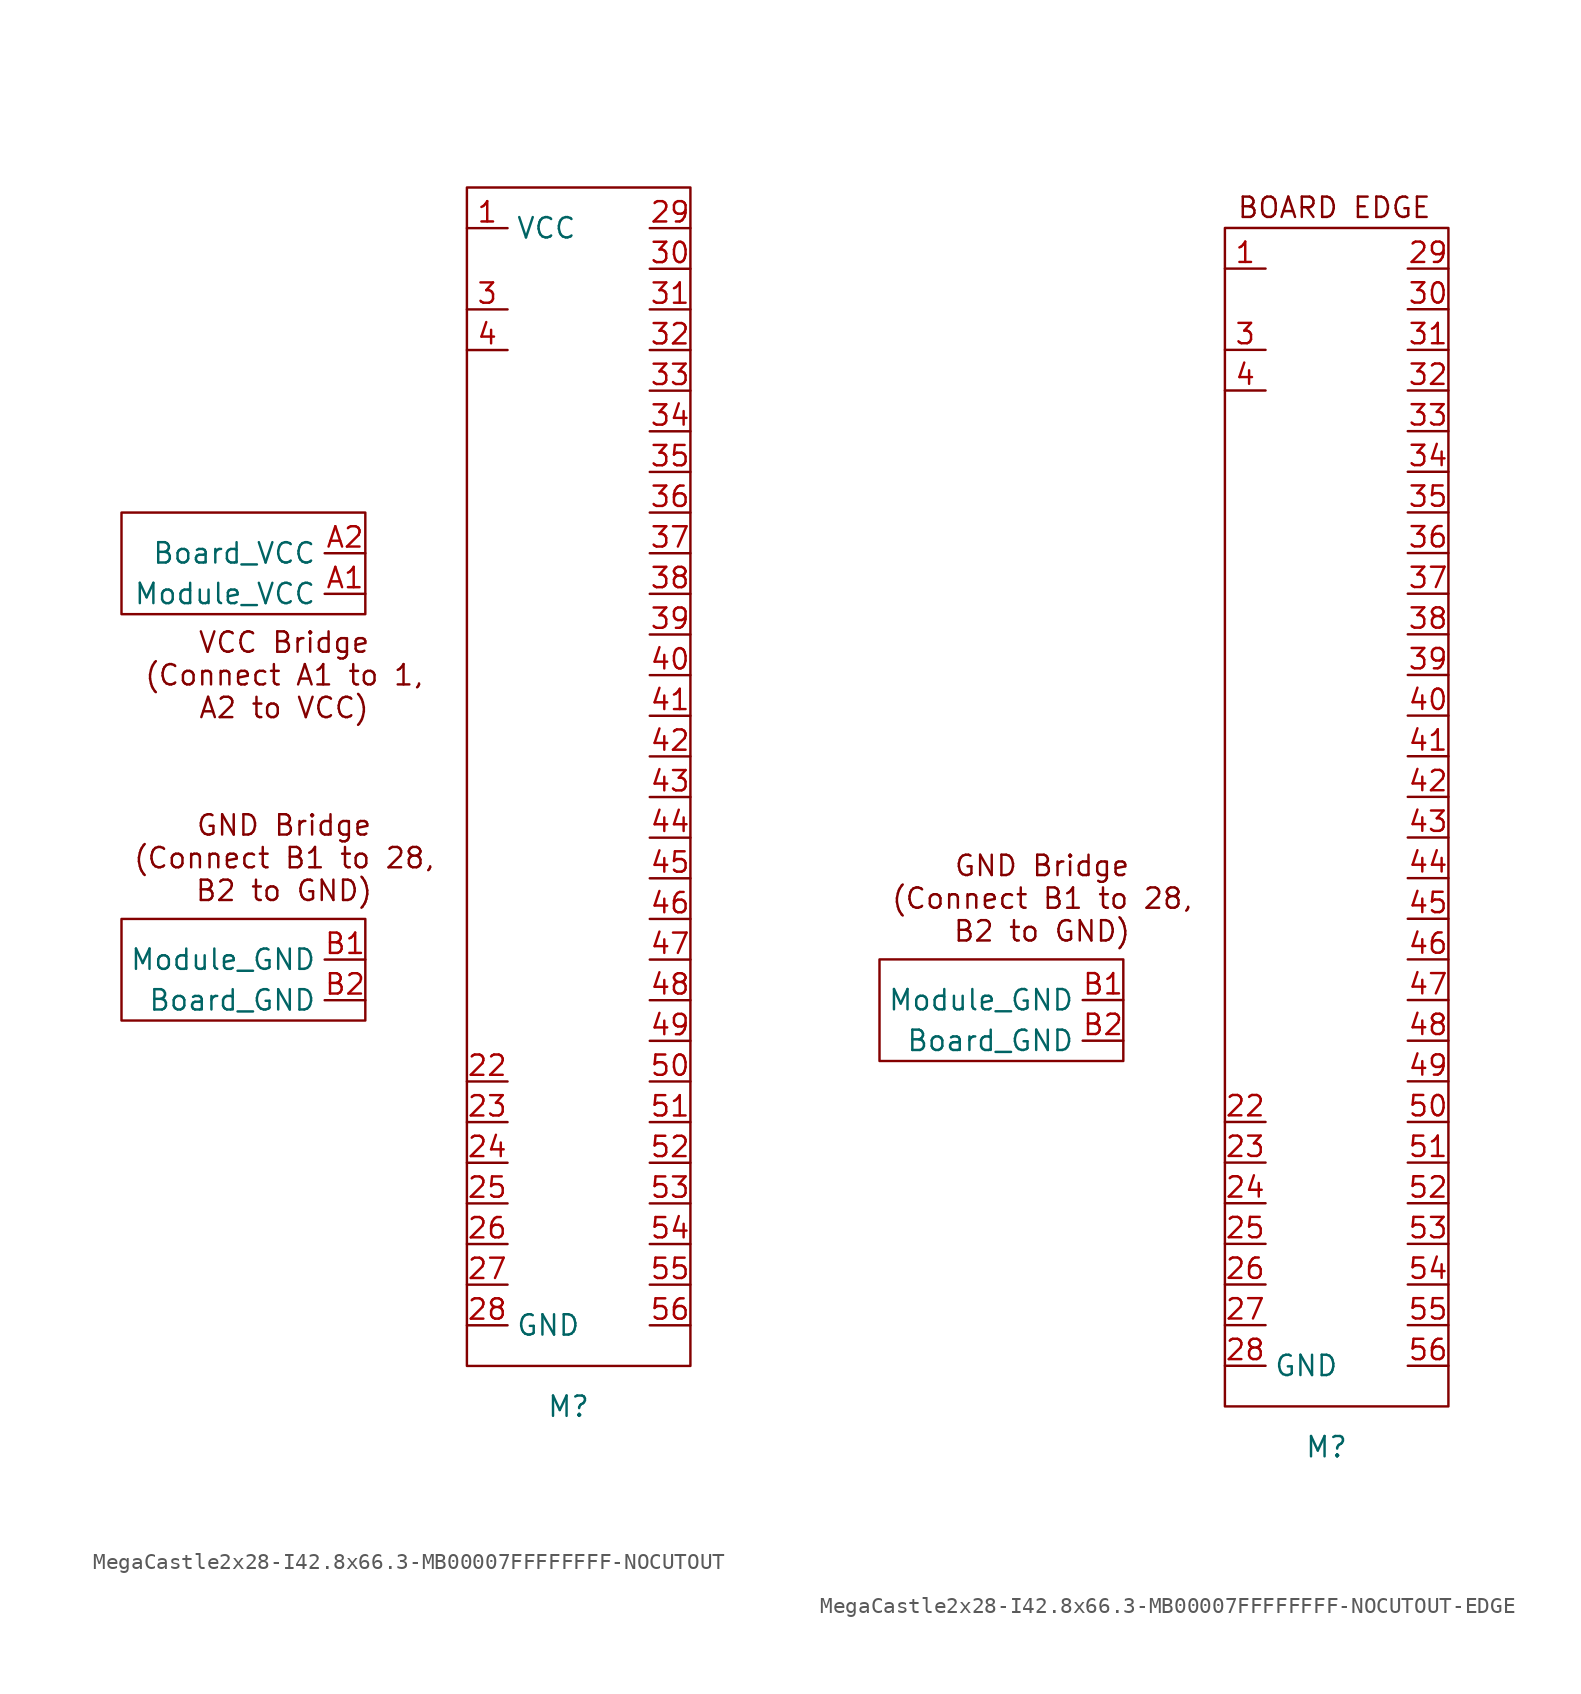
<source format=kicad_sym>
(kicad_symbol_lib
  (version 20241209)
  (generator "kicad_symbol_editor")
  (generator_version "9.0")
  (symbol "MegaCastle2x28-I42.8x66.3-MB00007FFFFFFFF-NOCUTOUT"
    (property "Reference" "M"
      (at 0 -39.37 0)
      (effects (font (size 1.27 1.27))))
    (property "Value" ""
      (at 0 5.08 0)
      (effects (font (size 1.27 1.27))))
    (symbol "MegaCastle2x28-I42.8x66.3-MB00007FFFFFFFF-NOCUTOUT_0_1"
      (rectangle (start -27.94 16.51) (end -12.7 10.16) (stroke (width 0) (type default)) (fill (type none)))
      (rectangle (start -27.94 -8.89) (end -12.7 -15.24) (stroke (width 0) (type default)) (fill (type none)))
      (rectangle (start -6.35 36.83) (end 7.62 -36.83) (stroke (width 0) (type default)) (fill (type none))))
    (symbol "MegaCastle2x28-I42.8x66.3-MB00007FFFFFFFF-NOCUTOUT_1_1"
      (text "VCC Bridge\n(Connect A1 to 1,\nA2 to VCC)" (at -17.78 6.35 0) (effects (font (size 1.27 1.27))))
      (text "GND Bridge\n(Connect B1 to 28,\nB2 to GND)" (at -17.78 -5.08 0) (effects (font (size 1.27 1.27))))
      (pin bidirectional line (at -12.7 13.97 180) (length 2.54) (name "Board_VCC" (effects (font (size 1.27 1.27)))) (number "A2" (effects (font (size 1.27 1.27)))))
      (pin bidirectional line (at -12.7 11.43 180) (length 2.54) (name "Module_VCC" (effects (font (size 1.27 1.27)))) (number "A1" (effects (font (size 1.27 1.27)))))
      (pin bidirectional line (at -12.7 -11.43 180) (length 2.54) (name "Module_GND" (effects (font (size 1.27 1.27)))) (number "B1" (effects (font (size 1.27 1.27)))))
      (pin bidirectional line (at -12.7 -13.97 180) (length 2.54) (name "Board_GND" (effects (font (size 1.27 1.27)))) (number "B2" (effects (font (size 1.27 1.27)))))
      (pin bidirectional line (at -6.35 34.29 0) (length 2.54) (name "VCC" (effects (font (size 1.27 1.27)))) (number "1" (effects (font (size 1.27 1.27)))))
      (pin bidirectional line (at -6.35 29.21 0) (length 2.54) (name "" (effects (font (size 1.27 1.27)))) (number "3" (effects (font (size 1.27 1.27)))))
      (pin bidirectional line (at -6.35 26.67 0) (length 2.54) (name "" (effects (font (size 1.27 1.27)))) (number "4" (effects (font (size 1.27 1.27)))))
      (pin bidirectional line (at -6.35 -19.05 0) (length 2.54) (name "" (effects (font (size 1.27 1.27)))) (number "22" (effects (font (size 1.27 1.27)))))
      (pin bidirectional line (at -6.35 -21.59 0) (length 2.54) (name "" (effects (font (size 1.27 1.27)))) (number "23" (effects (font (size 1.27 1.27)))))
      (pin bidirectional line (at -6.35 -24.13 0) (length 2.54) (name "" (effects (font (size 1.27 1.27)))) (number "24" (effects (font (size 1.27 1.27)))))
      (pin bidirectional line (at -6.35 -26.67 0) (length 2.54) (name "" (effects (font (size 1.27 1.27)))) (number "25" (effects (font (size 1.27 1.27)))))
      (pin bidirectional line (at -6.35 -29.21 0) (length 2.54) (name "" (effects (font (size 1.27 1.27)))) (number "26" (effects (font (size 1.27 1.27)))))
      (pin bidirectional line (at -6.35 -31.75 0) (length 2.54) (name "" (effects (font (size 1.27 1.27)))) (number "27" (effects (font (size 1.27 1.27)))))
      (pin bidirectional line (at -6.35 -34.29 0) (length 2.54) (name "GND" (effects (font (size 1.27 1.27)))) (number "28" (effects (font (size 1.27 1.27)))))
      (pin bidirectional line (at 7.62 34.29 180) (length 2.54) (name "" (effects (font (size 1.27 1.27)))) (number "29" (effects (font (size 1.27 1.27)))))
      (pin bidirectional line (at 7.62 31.75 180) (length 2.54) (name "" (effects (font (size 1.27 1.27)))) (number "30" (effects (font (size 1.27 1.27)))))
      (pin bidirectional line (at 7.62 29.21 180) (length 2.54) (name "" (effects (font (size 1.27 1.27)))) (number "31" (effects (font (size 1.27 1.27)))))
      (pin bidirectional line (at 7.62 26.67 180) (length 2.54) (name "" (effects (font (size 1.27 1.27)))) (number "32" (effects (font (size 1.27 1.27)))))
      (pin bidirectional line (at 7.62 24.13 180) (length 2.54) (name "" (effects (font (size 1.27 1.27)))) (number "33" (effects (font (size 1.27 1.27)))))
      (pin bidirectional line (at 7.62 21.59 180) (length 2.54) (name "" (effects (font (size 1.27 1.27)))) (number "34" (effects (font (size 1.27 1.27)))))
      (pin bidirectional line (at 7.62 19.05 180) (length 2.54) (name "" (effects (font (size 1.27 1.27)))) (number "35" (effects (font (size 1.27 1.27)))))
      (pin bidirectional line (at 7.62 16.51 180) (length 2.54) (name "" (effects (font (size 1.27 1.27)))) (number "36" (effects (font (size 1.27 1.27)))))
      (pin bidirectional line (at 7.62 13.97 180) (length 2.54) (name "" (effects (font (size 1.27 1.27)))) (number "37" (effects (font (size 1.27 1.27)))))
      (pin bidirectional line (at 7.62 11.43 180) (length 2.54) (name "" (effects (font (size 1.27 1.27)))) (number "38" (effects (font (size 1.27 1.27)))))
      (pin bidirectional line (at 7.62 8.89 180) (length 2.54) (name "" (effects (font (size 1.27 1.27)))) (number "39" (effects (font (size 1.27 1.27)))))
      (pin bidirectional line (at 7.62 6.35 180) (length 2.54) (name "" (effects (font (size 1.27 1.27)))) (number "40" (effects (font (size 1.27 1.27)))))
      (pin bidirectional line (at 7.62 3.81 180) (length 2.54) (name "" (effects (font (size 1.27 1.27)))) (number "41" (effects (font (size 1.27 1.27)))))
      (pin bidirectional line (at 7.62 1.27 180) (length 2.54) (name "" (effects (font (size 1.27 1.27)))) (number "42" (effects (font (size 1.27 1.27)))))
      (pin bidirectional line (at 7.62 -1.27 180) (length 2.54) (name "" (effects (font (size 1.27 1.27)))) (number "43" (effects (font (size 1.27 1.27)))))
      (pin bidirectional line (at 7.62 -3.81 180) (length 2.54) (name "" (effects (font (size 1.27 1.27)))) (number "44" (effects (font (size 1.27 1.27)))))
      (pin bidirectional line (at 7.62 -6.35 180) (length 2.54) (name "" (effects (font (size 1.27 1.27)))) (number "45" (effects (font (size 1.27 1.27)))))
      (pin bidirectional line (at 7.62 -8.89 180) (length 2.54) (name "" (effects (font (size 1.27 1.27)))) (number "46" (effects (font (size 1.27 1.27)))))
      (pin bidirectional line (at 7.62 -11.43 180) (length 2.54) (name "" (effects (font (size 1.27 1.27)))) (number "47" (effects (font (size 1.27 1.27)))))
      (pin bidirectional line (at 7.62 -13.97 180) (length 2.54) (name "" (effects (font (size 1.27 1.27)))) (number "48" (effects (font (size 1.27 1.27)))))
      (pin bidirectional line (at 7.62 -16.51 180) (length 2.54) (name "" (effects (font (size 1.27 1.27)))) (number "49" (effects (font (size 1.27 1.27)))))
      (pin bidirectional line (at 7.62 -19.05 180) (length 2.54) (name "" (effects (font (size 1.27 1.27)))) (number "50" (effects (font (size 1.27 1.27)))))
      (pin bidirectional line (at 7.62 -21.59 180) (length 2.54) (name "" (effects (font (size 1.27 1.27)))) (number "51" (effects (font (size 1.27 1.27)))))
      (pin bidirectional line (at 7.62 -24.13 180) (length 2.54) (name "" (effects (font (size 1.27 1.27)))) (number "52" (effects (font (size 1.27 1.27)))))
      (pin bidirectional line (at 7.62 -26.67 180) (length 2.54) (name "" (effects (font (size 1.27 1.27)))) (number "53" (effects (font (size 1.27 1.27)))))
      (pin bidirectional line (at 7.62 -29.21 180) (length 2.54) (name "" (effects (font (size 1.27 1.27)))) (number "54" (effects (font (size 1.27 1.27)))))
      (pin bidirectional line (at 7.62 -31.75 180) (length 2.54) (name "" (effects (font (size 1.27 1.27)))) (number "55" (effects (font (size 1.27 1.27)))))
      (pin bidirectional line (at 7.62 -34.29 180) (length 2.54) (name "" (effects (font (size 1.27 1.27)))) (number "56" (effects (font (size 1.27 1.27)))))))
  (symbol "MegaCastle2x28-I42.8x66.3-MB00007FFFFFFFF-NOCUTOUT-EDGE"
    (property "Reference" "M"
      (at 0 -39.37 0)
      (effects (font (size 1.27 1.27))))
    (property "Value" ""
      (at 0 5.08 0)
      (effects (font (size 1.27 1.27))))
    (symbol "MegaCastle2x28-I42.8x66.3-MB00007FFFFFFFF-NOCUTOUT-EDGE_0_1"
      (rectangle (start -27.94 -8.89) (end -12.7 -15.24) (stroke (width 0) (type default)) (fill (type none)))
      (rectangle (start -6.35 36.83) (end 7.62 -36.83) (stroke (width 0) (type default)) (fill (type none))))
    (symbol "MegaCastle2x28-I42.8x66.3-MB00007FFFFFFFF-NOCUTOUT-EDGE_1_1"
      (text "GND Bridge\n(Connect B1 to 28,\nB2 to GND)" (at -17.78 -5.08 0) (effects (font (size 1.27 1.27))))
      (text " BOARD EDGE" (at 0 38.1 0) (effects (font (size 1.27 1.27))))
      (pin bidirectional line (at -12.7 -11.43 180) (length 2.54) (name "Module_GND" (effects (font (size 1.27 1.27)))) (number "B1" (effects (font (size 1.27 1.27)))))
      (pin bidirectional line (at -12.7 -13.97 180) (length 2.54) (name "Board_GND" (effects (font (size 1.27 1.27)))) (number "B2" (effects (font (size 1.27 1.27)))))
      (pin bidirectional line (at -6.35 34.29 0) (length 2.54) (name "" (effects (font (size 1.27 1.27)))) (number "1" (effects (font (size 1.27 1.27)))))
      (pin bidirectional line (at -6.35 29.21 0) (length 2.54) (name "" (effects (font (size 1.27 1.27)))) (number "3" (effects (font (size 1.27 1.27)))))
      (pin bidirectional line (at -6.35 26.67 0) (length 2.54) (name "" (effects (font (size 1.27 1.27)))) (number "4" (effects (font (size 1.27 1.27)))))
      (pin bidirectional line (at -6.35 -19.05 0) (length 2.54) (name "" (effects (font (size 1.27 1.27)))) (number "22" (effects (font (size 1.27 1.27)))))
      (pin bidirectional line (at -6.35 -21.59 0) (length 2.54) (name "" (effects (font (size 1.27 1.27)))) (number "23" (effects (font (size 1.27 1.27)))))
      (pin bidirectional line (at -6.35 -24.13 0) (length 2.54) (name "" (effects (font (size 1.27 1.27)))) (number "24" (effects (font (size 1.27 1.27)))))
      (pin bidirectional line (at -6.35 -26.67 0) (length 2.54) (name "" (effects (font (size 1.27 1.27)))) (number "25" (effects (font (size 1.27 1.27)))))
      (pin bidirectional line (at -6.35 -29.21 0) (length 2.54) (name "" (effects (font (size 1.27 1.27)))) (number "26" (effects (font (size 1.27 1.27)))))
      (pin bidirectional line (at -6.35 -31.75 0) (length 2.54) (name "" (effects (font (size 1.27 1.27)))) (number "27" (effects (font (size 1.27 1.27)))))
      (pin bidirectional line (at -6.35 -34.29 0) (length 2.54) (name "GND" (effects (font (size 1.27 1.27)))) (number "28" (effects (font (size 1.27 1.27)))))
      (pin bidirectional line (at 7.62 34.29 180) (length 2.54) (name "" (effects (font (size 1.27 1.27)))) (number "29" (effects (font (size 1.27 1.27)))))
      (pin bidirectional line (at 7.62 31.75 180) (length 2.54) (name "" (effects (font (size 1.27 1.27)))) (number "30" (effects (font (size 1.27 1.27)))))
      (pin bidirectional line (at 7.62 29.21 180) (length 2.54) (name "" (effects (font (size 1.27 1.27)))) (number "31" (effects (font (size 1.27 1.27)))))
      (pin bidirectional line (at 7.62 26.67 180) (length 2.54) (name "" (effects (font (size 1.27 1.27)))) (number "32" (effects (font (size 1.27 1.27)))))
      (pin bidirectional line (at 7.62 24.13 180) (length 2.54) (name "" (effects (font (size 1.27 1.27)))) (number "33" (effects (font (size 1.27 1.27)))))
      (pin bidirectional line (at 7.62 21.59 180) (length 2.54) (name "" (effects (font (size 1.27 1.27)))) (number "34" (effects (font (size 1.27 1.27)))))
      (pin bidirectional line (at 7.62 19.05 180) (length 2.54) (name "" (effects (font (size 1.27 1.27)))) (number "35" (effects (font (size 1.27 1.27)))))
      (pin bidirectional line (at 7.62 16.51 180) (length 2.54) (name "" (effects (font (size 1.27 1.27)))) (number "36" (effects (font (size 1.27 1.27)))))
      (pin bidirectional line (at 7.62 13.97 180) (length 2.54) (name "" (effects (font (size 1.27 1.27)))) (number "37" (effects (font (size 1.27 1.27)))))
      (pin bidirectional line (at 7.62 11.43 180) (length 2.54) (name "" (effects (font (size 1.27 1.27)))) (number "38" (effects (font (size 1.27 1.27)))))
      (pin bidirectional line (at 7.62 8.89 180) (length 2.54) (name "" (effects (font (size 1.27 1.27)))) (number "39" (effects (font (size 1.27 1.27)))))
      (pin bidirectional line (at 7.62 6.35 180) (length 2.54) (name "" (effects (font (size 1.27 1.27)))) (number "40" (effects (font (size 1.27 1.27)))))
      (pin bidirectional line (at 7.62 3.81 180) (length 2.54) (name "" (effects (font (size 1.27 1.27)))) (number "41" (effects (font (size 1.27 1.27)))))
      (pin bidirectional line (at 7.62 1.27 180) (length 2.54) (name "" (effects (font (size 1.27 1.27)))) (number "42" (effects (font (size 1.27 1.27)))))
      (pin bidirectional line (at 7.62 -1.27 180) (length 2.54) (name "" (effects (font (size 1.27 1.27)))) (number "43" (effects (font (size 1.27 1.27)))))
      (pin bidirectional line (at 7.62 -3.81 180) (length 2.54) (name "" (effects (font (size 1.27 1.27)))) (number "44" (effects (font (size 1.27 1.27)))))
      (pin bidirectional line (at 7.62 -6.35 180) (length 2.54) (name "" (effects (font (size 1.27 1.27)))) (number "45" (effects (font (size 1.27 1.27)))))
      (pin bidirectional line (at 7.62 -8.89 180) (length 2.54) (name "" (effects (font (size 1.27 1.27)))) (number "46" (effects (font (size 1.27 1.27)))))
      (pin bidirectional line (at 7.62 -11.43 180) (length 2.54) (name "" (effects (font (size 1.27 1.27)))) (number "47" (effects (font (size 1.27 1.27)))))
      (pin bidirectional line (at 7.62 -13.97 180) (length 2.54) (name "" (effects (font (size 1.27 1.27)))) (number "48" (effects (font (size 1.27 1.27)))))
      (pin bidirectional line (at 7.62 -16.51 180) (length 2.54) (name "" (effects (font (size 1.27 1.27)))) (number "49" (effects (font (size 1.27 1.27)))))
      (pin bidirectional line (at 7.62 -19.05 180) (length 2.54) (name "" (effects (font (size 1.27 1.27)))) (number "50" (effects (font (size 1.27 1.27)))))
      (pin bidirectional line (at 7.62 -21.59 180) (length 2.54) (name "" (effects (font (size 1.27 1.27)))) (number "51" (effects (font (size 1.27 1.27)))))
      (pin bidirectional line (at 7.62 -24.13 180) (length 2.54) (name "" (effects (font (size 1.27 1.27)))) (number "52" (effects (font (size 1.27 1.27)))))
      (pin bidirectional line (at 7.62 -26.67 180) (length 2.54) (name "" (effects (font (size 1.27 1.27)))) (number "53" (effects (font (size 1.27 1.27)))))
      (pin bidirectional line (at 7.62 -29.21 180) (length 2.54) (name "" (effects (font (size 1.27 1.27)))) (number "54" (effects (font (size 1.27 1.27)))))
      (pin bidirectional line (at 7.62 -31.75 180) (length 2.54) (name "" (effects (font (size 1.27 1.27)))) (number "55" (effects (font (size 1.27 1.27)))))
      (pin bidirectional line (at 7.62 -34.29 180) (length 2.54) (name "" (effects (font (size 1.27 1.27)))) (number "56" (effects (font (size 1.27 1.27))))))))
</source>
